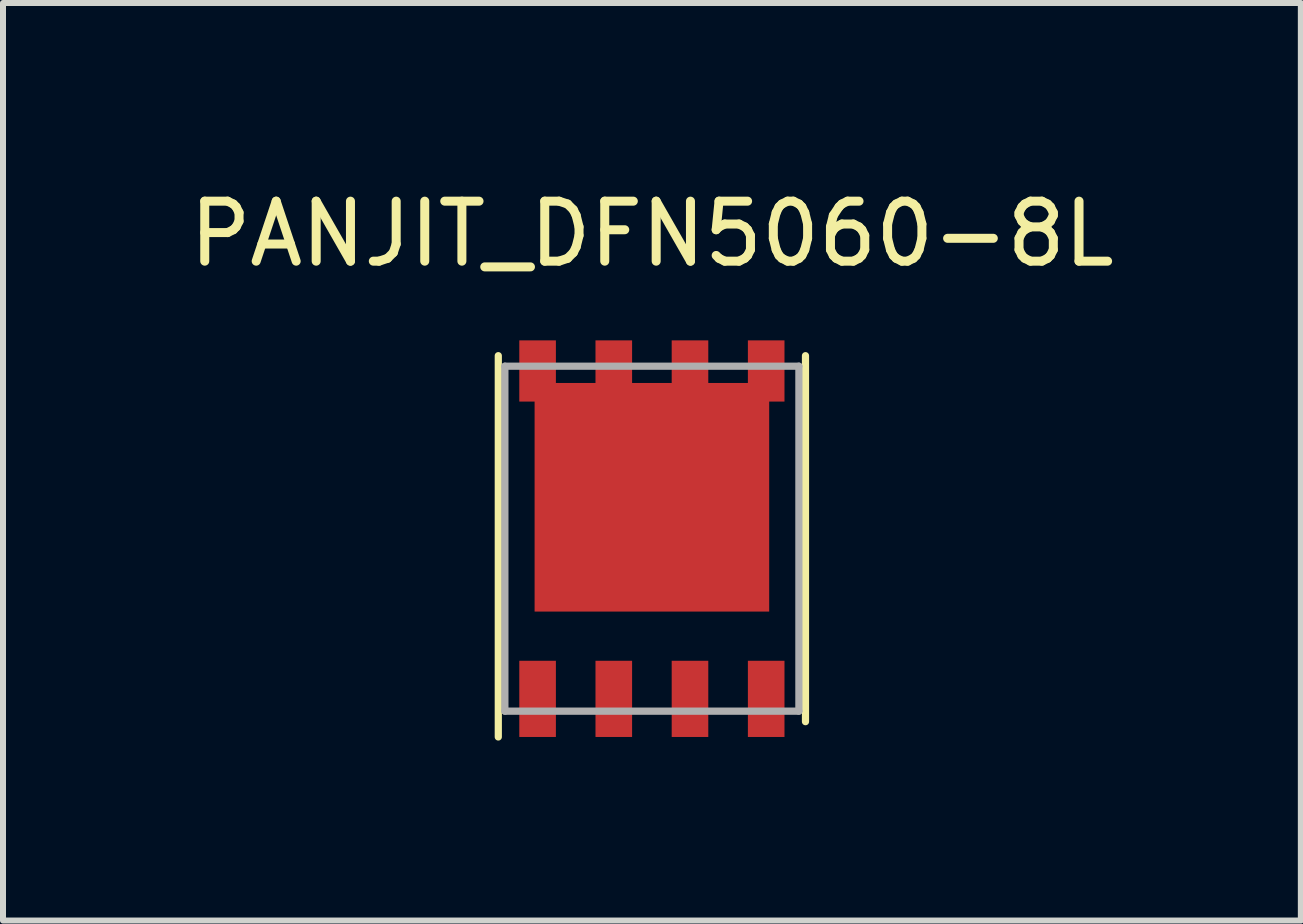
<source format=kicad_pcb>
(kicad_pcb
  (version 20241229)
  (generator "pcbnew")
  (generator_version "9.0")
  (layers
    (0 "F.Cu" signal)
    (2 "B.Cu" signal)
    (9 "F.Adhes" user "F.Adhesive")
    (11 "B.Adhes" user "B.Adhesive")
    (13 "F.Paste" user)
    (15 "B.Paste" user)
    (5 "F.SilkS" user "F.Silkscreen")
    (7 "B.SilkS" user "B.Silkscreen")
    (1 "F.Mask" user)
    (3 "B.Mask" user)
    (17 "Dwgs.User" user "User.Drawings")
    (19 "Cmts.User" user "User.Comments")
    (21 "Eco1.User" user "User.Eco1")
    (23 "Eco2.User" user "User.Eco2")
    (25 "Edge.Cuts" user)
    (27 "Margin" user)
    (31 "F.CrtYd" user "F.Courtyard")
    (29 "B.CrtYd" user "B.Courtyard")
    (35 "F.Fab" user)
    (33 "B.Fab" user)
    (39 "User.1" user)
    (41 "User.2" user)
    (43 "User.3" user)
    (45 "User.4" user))
  (footprint "PANJIT_DFN5060-8L"
    (layer "F.Cu")
    (at 7.815 5.928)
    (property "Reference" "PANJIT_DFN5060-8L" (at 0 -5.08 0) (layer "F.SilkS") (effects (font (size 1 1) (thickness 0.15))))
    (attr through_hole)
    (fp_line (start -2.56 -3.05) (end -2.56 3.305) (stroke (width 0.12) (type solid)) (layer "F.SilkS"))
    (fp_line (start 2.56 -3.05) (end 2.56 3.05) (stroke (width 0.12) (type solid)) (layer "F.SilkS"))
    (fp_line (start -2.45 -2.875) (end 2.45 -2.875) (stroke (width 0.12) (type solid)) (layer "F.Fab"))
    (fp_line (start -2.45 2.875) (end -2.45 -2.875) (stroke (width 0.12) (type solid)) (layer "F.Fab"))
    (fp_line (start 2.45 -2.875) (end 2.45 2.875) (stroke (width 0.12) (type solid)) (layer "F.Fab"))
    (fp_line (start 2.45 2.875) (end -2.45 2.875) (stroke (width 0.12) (type solid)) (layer "F.Fab"))
    (pad "1" smd rect (at -1.905 2.67) (size 0.61 1.27) (layers "F.Cu" "F.Mask" "F.Paste"))
    (pad "1" smd rect (at -0.635 2.67) (size 0.61 1.27) (layers "F.Cu" "F.Mask" "F.Paste"))
    (pad "1" smd rect (at 0.635 2.67) (size 0.61 1.27) (layers "F.Cu" "F.Mask" "F.Paste"))
    (pad "2" smd rect (at 1.905 2.67) (size 0.61 1.27) (layers "F.Cu" "F.Mask" "F.Paste"))
    (pad "3" smd rect (at -1.905 -2.795) (size 0.61 1.02) (layers "F.Cu" "F.Mask" "F.Paste"))
    (pad "3" smd rect (at -0.635 -2.795) (size 0.61 1.02) (layers "F.Cu" "F.Mask" "F.Paste"))
    (pad "3" smd rect (at 0 -0.69) (size 3.91 3.81) (layers "F.Cu" "F.Mask" "F.Paste"))
    (pad "3" smd rect (at 0.635 -2.795) (size 0.61 1.02) (layers "F.Cu" "F.Mask" "F.Paste"))
    (pad "3" smd rect (at 1.905 -2.795) (size 0.61 1.02) (layers "F.Cu" "F.Mask" "F.Paste")))
  (gr_rect
    (start -3 -3)
    (end 18.631 12.293)
    (stroke (width 0.1) (type default))
    (fill no)
    (layer "Edge.Cuts")))
</source>
